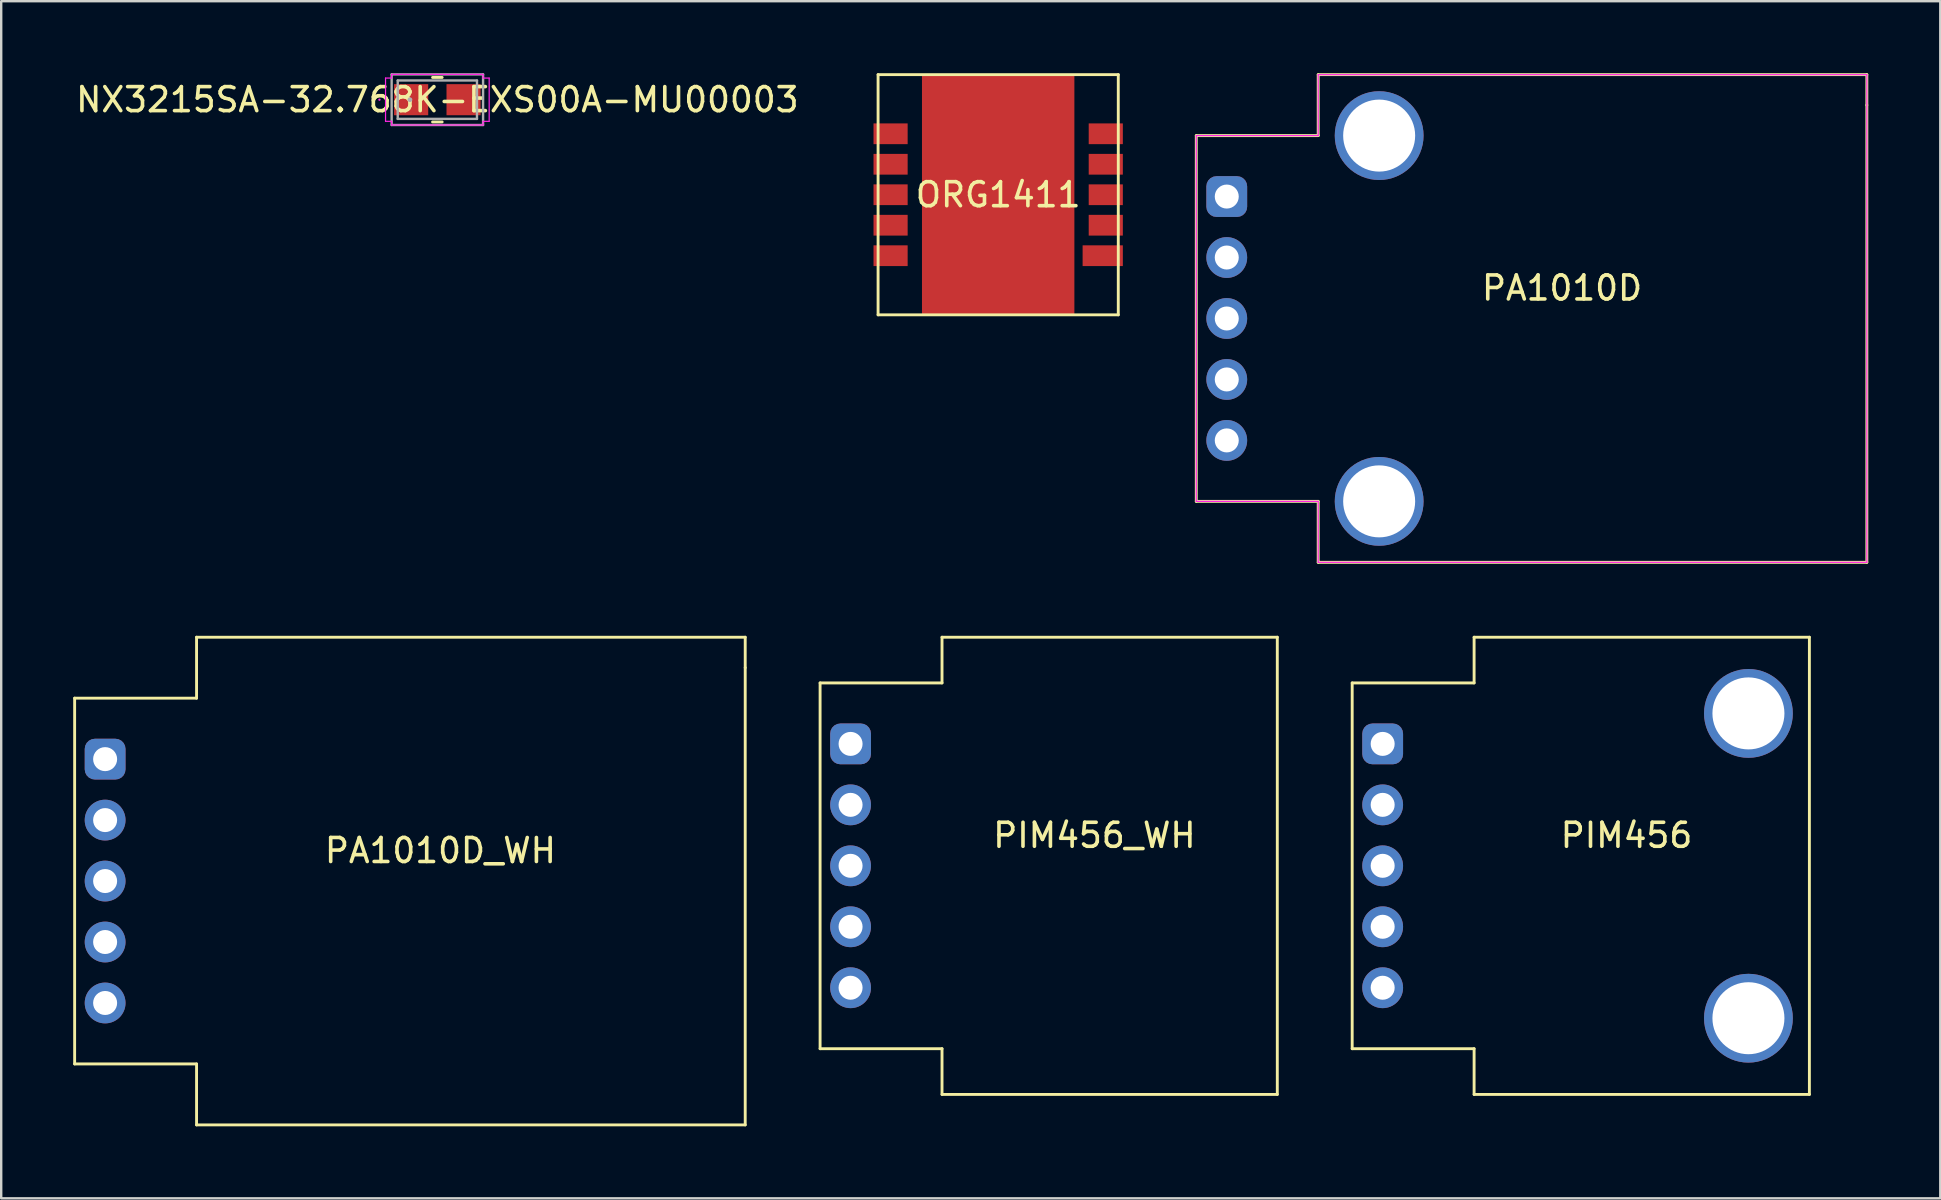
<source format=kicad_pcb>
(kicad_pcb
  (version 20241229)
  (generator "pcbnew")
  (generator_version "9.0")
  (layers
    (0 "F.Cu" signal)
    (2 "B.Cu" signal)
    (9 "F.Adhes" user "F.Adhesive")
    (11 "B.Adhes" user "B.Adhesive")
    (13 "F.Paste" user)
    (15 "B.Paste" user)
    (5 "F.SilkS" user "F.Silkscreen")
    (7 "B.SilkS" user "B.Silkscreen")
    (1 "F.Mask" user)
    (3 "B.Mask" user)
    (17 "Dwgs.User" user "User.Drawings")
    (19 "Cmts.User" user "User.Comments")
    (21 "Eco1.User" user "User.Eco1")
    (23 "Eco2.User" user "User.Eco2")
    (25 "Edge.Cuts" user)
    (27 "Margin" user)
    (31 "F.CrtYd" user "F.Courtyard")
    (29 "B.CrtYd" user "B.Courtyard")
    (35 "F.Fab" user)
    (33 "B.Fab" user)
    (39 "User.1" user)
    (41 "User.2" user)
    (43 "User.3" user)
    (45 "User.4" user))
  (footprint "NX3215SA-32.768K-EXS00A-MU00003"
    (layer "F.Cu")
    (at 15.173 1.104)
    (property "Reference" "NX3215SA-32.768K-EXS00A-MU00003" (at 0 0 0) (layer "F.SilkS") (effects (font (size 1 1) (thickness 0.15))))
    (attr through_hole)
    (fp_line (start -0.2 0.927) (end 0.2 0.927) (stroke (width 0.12) (type solid)) (layer "F.SilkS"))
    (fp_line (start 0.2 -0.927) (end -0.2 -0.927) (stroke (width 0.12) (type solid)) (layer "F.SilkS"))
    (fp_line (start -2.159 -0.902) (end -1.905 -0.902) (stroke (width 0.05) (type solid)) (layer "F.CrtYd"))
    (fp_line (start -2.159 0.902) (end -2.159 -0.902) (stroke (width 0.05) (type solid)) (layer "F.CrtYd"))
    (fp_line (start -1.905 -1.054) (end 1.905 -1.054) (stroke (width 0.05) (type solid)) (layer "F.CrtYd"))
    (fp_line (start -1.905 -0.902) (end -1.905 -1.054) (stroke (width 0.05) (type solid)) (layer "F.CrtYd"))
    (fp_line (start -1.905 0.902) (end -2.159 0.902) (stroke (width 0.05) (type solid)) (layer "F.CrtYd"))
    (fp_line (start -1.905 1.054) (end -1.905 0.902) (stroke (width 0.05) (type solid)) (layer "F.CrtYd"))
    (fp_line (start 1.905 -1.054) (end 1.905 -0.902) (stroke (width 0.05) (type solid)) (layer "F.CrtYd"))
    (fp_line (start 1.905 -0.902) (end 2.159 -0.902) (stroke (width 0.05) (type solid)) (layer "F.CrtYd"))
    (fp_line (start 1.905 0.902) (end 1.905 1.054) (stroke (width 0.05) (type solid)) (layer "F.CrtYd"))
    (fp_line (start 1.905 1.054) (end -1.905 1.054) (stroke (width 0.05) (type solid)) (layer "F.CrtYd"))
    (fp_line (start 2.159 -0.902) (end 2.159 0.902) (stroke (width 0.05) (type solid)) (layer "F.CrtYd"))
    (fp_line (start 2.159 0.902) (end 1.905 0.902) (stroke (width 0.05) (type solid)) (layer "F.CrtYd"))
    (fp_circle (center -2.413 0) (end -2.413 0) (stroke (width 0.05) (type solid)) (fill no) (layer "F.CrtYd"))
    (fp_line (start -1.905 -1.054) (end 1.905 -1.054) (stroke (width 0.1) (type solid)) (layer "F.Fab"))
    (fp_line (start -1.905 1.054) (end -1.905 -1.054) (stroke (width 0.1) (type solid)) (layer "F.Fab"))
    (fp_line (start -1.651 -0.8) (end -1.651 0.8) (stroke (width 0.1) (type solid)) (layer "F.Fab"))
    (fp_line (start -1.651 0.8) (end 1.651 0.8) (stroke (width 0.1) (type solid)) (layer "F.Fab"))
    (fp_line (start 1.651 -0.8) (end -1.651 -0.8) (stroke (width 0.1) (type solid)) (layer "F.Fab"))
    (fp_line (start 1.651 0.8) (end 1.651 -0.8) (stroke (width 0.1) (type solid)) (layer "F.Fab"))
    (fp_line (start 1.905 -1.054) (end 1.905 1.054) (stroke (width 0.1) (type solid)) (layer "F.Fab"))
    (fp_line (start 1.905 1.054) (end -1.905 1.054) (stroke (width 0.1) (type solid)) (layer "F.Fab"))
    (fp_circle (center -1.143 0) (end -1.143 0) (stroke (width 0.1) (type solid)) (fill no) (layer "F.Fab"))
    (pad "1" smd rect (at -1.092 0 90) (size 1.295 1.422) (layers "F.Cu" "F.Mask" "F.Paste"))
    (pad "2" smd rect (at 1.092 0 90) (size 1.295 1.422) (layers "F.Cu" "F.Mask" "F.Paste")))
  (footprint "PIM456"
    (layer "F.Cu")
    (at 54.56 27.945)
    (property "Reference" "PIM456" (at 10.16 3.81 0) (layer "F.SilkS") (effects (font (size 1 1) (thickness 0.15))))
    (attr through_hole)
    (fp_line (start -1.27 -2.54) (end -1.27 12.7) (stroke (width 0.12) (type solid)) (layer "F.SilkS"))
    (fp_line (start -1.27 12.7) (end 3.81 12.7) (stroke (width 0.12) (type solid)) (layer "F.SilkS"))
    (fp_line (start 3.81 -4.445) (end 17.78 -4.445) (stroke (width 0.12) (type solid)) (layer "F.SilkS"))
    (fp_line (start 3.81 -2.54) (end -1.27 -2.54) (stroke (width 0.12) (type solid)) (layer "F.SilkS"))
    (fp_line (start 3.81 -2.54) (end 3.81 -4.445) (stroke (width 0.12) (type solid)) (layer "F.SilkS"))
    (fp_line (start 3.81 12.7) (end 3.81 14.605) (stroke (width 0.12) (type solid)) (layer "F.SilkS"))
    (fp_line (start 17.78 14.605) (end 3.81 14.605) (stroke (width 0.12) (type solid)) (layer "F.SilkS"))
    (fp_line (start 17.78 14.605) (end 17.78 -4.445) (stroke (width 0.12) (type solid)) (layer "F.SilkS"))
    (pad "" np_thru_hole circle (at 15.24 -1.27) (size 3.7 3.7) (drill 3) (layers "*.Cu" "*.Mask"))
    (pad "" np_thru_hole circle (at 15.24 11.43) (size 3.7 3.7) (drill 3) (layers "*.Cu" "*.Mask"))
    (pad "1" thru_hole roundrect (at 0 0) (size 1.7 1.7) (drill 1) (layers "*.Cu" "*.Mask") (roundrect_rratio 0.25))
    (pad "2" thru_hole circle (at 0 2.54) (size 1.7 1.7) (drill 1) (layers "*.Cu" "*.Mask"))
    (pad "3" thru_hole circle (at 0 5.08) (size 1.7 1.7) (drill 1) (layers "*.Cu" "*.Mask"))
    (pad "4" thru_hole circle (at 0 7.62) (size 1.7 1.7) (drill 1) (layers "*.Cu" "*.Mask"))
    (pad "5" thru_hole circle (at 0 10.16) (size 1.7 1.7) (drill 1) (layers "*.Cu" "*.Mask")))
  (footprint "PA1010D"
    (layer "F.Cu")
    (at 48.064 5.14)
    (property "Reference" "PA1010D" (at 13.97 3.81 0) (layer "F.SilkS") (effects (font (size 1 1) (thickness 0.15))))
    (attr through_hole)
    (fp_line (start -1.27 -2.54) (end -1.27 12.7) (stroke (width 0.12) (type solid)) (layer "F.SilkS"))
    (fp_line (start -1.27 12.7) (end 3.81 12.7) (stroke (width 0.12) (type solid)) (layer "F.SilkS"))
    (fp_line (start 3.81 -5.08) (end 3.81 -2.54) (stroke (width 0.12) (type solid)) (layer "F.SilkS"))
    (fp_line (start 3.81 -2.54) (end -1.27 -2.54) (stroke (width 0.12) (type solid)) (layer "F.SilkS"))
    (fp_line (start 3.81 12.7) (end 3.81 15.24) (stroke (width 0.12) (type solid)) (layer "F.SilkS"))
    (fp_line (start 3.81 15.24) (end 26.67 15.24) (stroke (width 0.12) (type solid)) (layer "F.SilkS"))
    (fp_line (start 26.67 -5.08) (end 3.81 -5.08) (stroke (width 0.12) (type solid)) (layer "F.SilkS"))
    (fp_line (start 26.67 -3.81) (end 26.67 -5.08) (stroke (width 0.12) (type solid)) (layer "F.SilkS"))
    (fp_line (start 26.67 15.24) (end 26.67 -3.81) (stroke (width 0.12) (type solid)) (layer "F.SilkS"))
    (fp_line (start -1.27 -2.54) (end -1.27 12.7) (stroke (width 0.05) (type solid)) (layer "F.CrtYd"))
    (fp_line (start -1.27 12.7) (end 3.81 12.7) (stroke (width 0.05) (type solid)) (layer "F.CrtYd"))
    (fp_line (start 3.81 -5.08) (end 3.81 -2.54) (stroke (width 0.05) (type solid)) (layer "F.CrtYd"))
    (fp_line (start 3.81 -2.54) (end -1.27 -2.54) (stroke (width 0.05) (type solid)) (layer "F.CrtYd"))
    (fp_line (start 3.81 12.7) (end 3.81 15.24) (stroke (width 0.05) (type solid)) (layer "F.CrtYd"))
    (fp_line (start 3.81 15.24) (end 26.67 15.24) (stroke (width 0.05) (type solid)) (layer "F.CrtYd"))
    (fp_line (start 26.67 -5.08) (end 3.81 -5.08) (stroke (width 0.05) (type solid)) (layer "F.CrtYd"))
    (fp_line (start 26.67 15.24) (end 26.67 -5.08) (stroke (width 0.05) (type solid)) (layer "F.CrtYd"))
    (pad "" np_thru_hole circle (at 6.35 -2.54) (size 3.7 3.7) (drill 3) (layers "*.Cu" "*.Mask"))
    (pad "" np_thru_hole circle (at 6.35 12.7) (size 3.7 3.7) (drill 3) (layers "*.Cu" "*.Mask"))
    (pad "1" thru_hole roundrect (at 0 0) (size 1.7 1.7) (drill 1) (layers "*.Cu" "*.Mask") (roundrect_rratio 0.25))
    (pad "2" thru_hole circle (at 0 2.54) (size 1.7 1.7) (drill 1) (layers "*.Cu" "*.Mask"))
    (pad "3" thru_hole circle (at 0 5.08) (size 1.7 1.7) (drill 1) (layers "*.Cu" "*.Mask"))
    (pad "4" thru_hole circle (at 0 7.62) (size 1.7 1.7) (drill 1) (layers "*.Cu" "*.Mask"))
    (pad "5" thru_hole circle (at 0 10.16) (size 1.7 1.7) (drill 1) (layers "*.Cu" "*.Mask")))
  (footprint "ORG1411"
    (layer "F.Cu")
    (at 38.54 5.064)
    (property "Reference" "ORG1411" (at 0 0 0) (layer "F.SilkS") (effects (font (size 1 1) (thickness 0.15))))
    (attr through_hole)
    (fp_line (start -5.004 -5.004) (end -5.004 5.004) (stroke (width 0.12) (type solid)) (layer "F.SilkS"))
    (fp_line (start -5.004 5.004) (end 5.004 5.004) (stroke (width 0.12) (type solid)) (layer "F.SilkS"))
    (fp_line (start 5.004 -5.004) (end -5.004 -5.004) (stroke (width 0.12) (type solid)) (layer "F.SilkS"))
    (fp_line (start 5.004 5.004) (end 5.004 -5.004) (stroke (width 0.12) (type solid)) (layer "F.SilkS"))
    (pad "" smd rect (at 0 0) (size 6.35 10.008) (layers "F.Cu"))
    (pad "1" smd rect (at 4.356 2.54) (size 1.676 0.864) (layers "F.Cu" "F.Mask" "F.Paste"))
    (pad "2" smd rect (at 4.483 1.27) (size 1.422 0.864) (layers "F.Cu" "F.Mask" "F.Paste"))
    (pad "3" smd rect (at 4.483 0) (size 1.422 0.864) (layers "F.Cu" "F.Mask" "F.Paste"))
    (pad "4" smd rect (at 4.483 -1.27) (size 1.422 0.864) (layers "F.Cu" "F.Mask" "F.Paste"))
    (pad "5" smd rect (at 4.483 -2.54) (size 1.422 0.864) (layers "F.Cu" "F.Mask" "F.Paste"))
    (pad "6" smd rect (at -4.483 -2.54) (size 1.422 0.864) (layers "F.Cu" "F.Mask" "F.Paste"))
    (pad "7" smd rect (at -4.483 -1.27) (size 1.422 0.864) (layers "F.Cu" "F.Mask" "F.Paste"))
    (pad "8" smd rect (at -4.483 0) (size 1.422 0.864) (layers "F.Cu" "F.Mask" "F.Paste"))
    (pad "9" smd rect (at -4.483 1.27) (size 1.422 0.864) (layers "F.Cu" "F.Mask" "F.Paste"))
    (pad "10" smd rect (at -4.483 2.54) (size 1.422 0.864) (layers "F.Cu" "F.Mask" "F.Paste")))
  (footprint "PA1010D_WH"
    (layer "F.Cu")
    (at 1.33 28.58)
    (property "Reference" "PA1010D_WH" (at 13.97 3.81 0) (layer "F.SilkS") (effects (font (size 1 1) (thickness 0.15))))
    (attr through_hole)
    (fp_line (start -1.27 -2.54) (end -1.27 12.7) (stroke (width 0.12) (type solid)) (layer "F.SilkS"))
    (fp_line (start -1.27 12.7) (end 3.81 12.7) (stroke (width 0.12) (type solid)) (layer "F.SilkS"))
    (fp_line (start 3.81 -5.08) (end 3.81 -2.54) (stroke (width 0.12) (type solid)) (layer "F.SilkS"))
    (fp_line (start 3.81 -2.54) (end -1.27 -2.54) (stroke (width 0.12) (type solid)) (layer "F.SilkS"))
    (fp_line (start 3.81 12.7) (end 3.81 15.24) (stroke (width 0.12) (type solid)) (layer "F.SilkS"))
    (fp_line (start 3.81 15.24) (end 26.67 15.24) (stroke (width 0.12) (type solid)) (layer "F.SilkS"))
    (fp_line (start 26.67 -5.08) (end 3.81 -5.08) (stroke (width 0.12) (type solid)) (layer "F.SilkS"))
    (fp_line (start 26.67 -3.81) (end 26.67 -5.08) (stroke (width 0.12) (type solid)) (layer "F.SilkS"))
    (fp_line (start 26.67 15.24) (end 26.67 -3.81) (stroke (width 0.12) (type solid)) (layer "F.SilkS"))
    (pad "1" thru_hole roundrect (at 0 0) (size 1.7 1.7) (drill 1) (layers "*.Cu" "*.Mask") (roundrect_rratio 0.25))
    (pad "2" thru_hole circle (at 0 2.54) (size 1.7 1.7) (drill 1) (layers "*.Cu" "*.Mask"))
    (pad "3" thru_hole circle (at 0 5.08) (size 1.7 1.7) (drill 1) (layers "*.Cu" "*.Mask"))
    (pad "4" thru_hole circle (at 0 7.62) (size 1.7 1.7) (drill 1) (layers "*.Cu" "*.Mask"))
    (pad "5" thru_hole circle (at 0 10.16) (size 1.7 1.7) (drill 1) (layers "*.Cu" "*.Mask")))
  (footprint "PIM456_WH"
    (layer "F.Cu")
    (at 32.39 27.945)
    (property "Reference" "PIM456_WH" (at 10.16 3.81 0) (layer "F.SilkS") (effects (font (size 1 1) (thickness 0.15))))
    (attr through_hole)
    (fp_line (start -1.27 -2.54) (end -1.27 12.7) (stroke (width 0.12) (type solid)) (layer "F.SilkS"))
    (fp_line (start -1.27 12.7) (end 3.81 12.7) (stroke (width 0.12) (type solid)) (layer "F.SilkS"))
    (fp_line (start 3.81 -4.445) (end 17.78 -4.445) (stroke (width 0.12) (type solid)) (layer "F.SilkS"))
    (fp_line (start 3.81 -2.54) (end -1.27 -2.54) (stroke (width 0.12) (type solid)) (layer "F.SilkS"))
    (fp_line (start 3.81 -2.54) (end 3.81 -4.445) (stroke (width 0.12) (type solid)) (layer "F.SilkS"))
    (fp_line (start 3.81 12.7) (end 3.81 14.605) (stroke (width 0.12) (type solid)) (layer "F.SilkS"))
    (fp_line (start 17.78 14.605) (end 3.81 14.605) (stroke (width 0.12) (type solid)) (layer "F.SilkS"))
    (fp_line (start 17.78 14.605) (end 17.78 -4.445) (stroke (width 0.12) (type solid)) (layer "F.SilkS"))
    (pad "1" thru_hole roundrect (at 0 0) (size 1.7 1.7) (drill 1) (layers "*.Cu" "*.Mask") (roundrect_rratio 0.25))
    (pad "2" thru_hole circle (at 0 2.54) (size 1.7 1.7) (drill 1) (layers "*.Cu" "*.Mask"))
    (pad "3" thru_hole circle (at 0 5.08) (size 1.7 1.7) (drill 1) (layers "*.Cu" "*.Mask"))
    (pad "4" thru_hole circle (at 0 7.62) (size 1.7 1.7) (drill 1) (layers "*.Cu" "*.Mask"))
    (pad "5" thru_hole circle (at 0 10.16) (size 1.7 1.7) (drill 1) (layers "*.Cu" "*.Mask")))
  (gr_rect
    (start -3 -3)
    (end 77.794 46.88)
    (stroke (width 0.1) (type default))
    (fill no)
    (layer "Edge.Cuts")))
</source>
